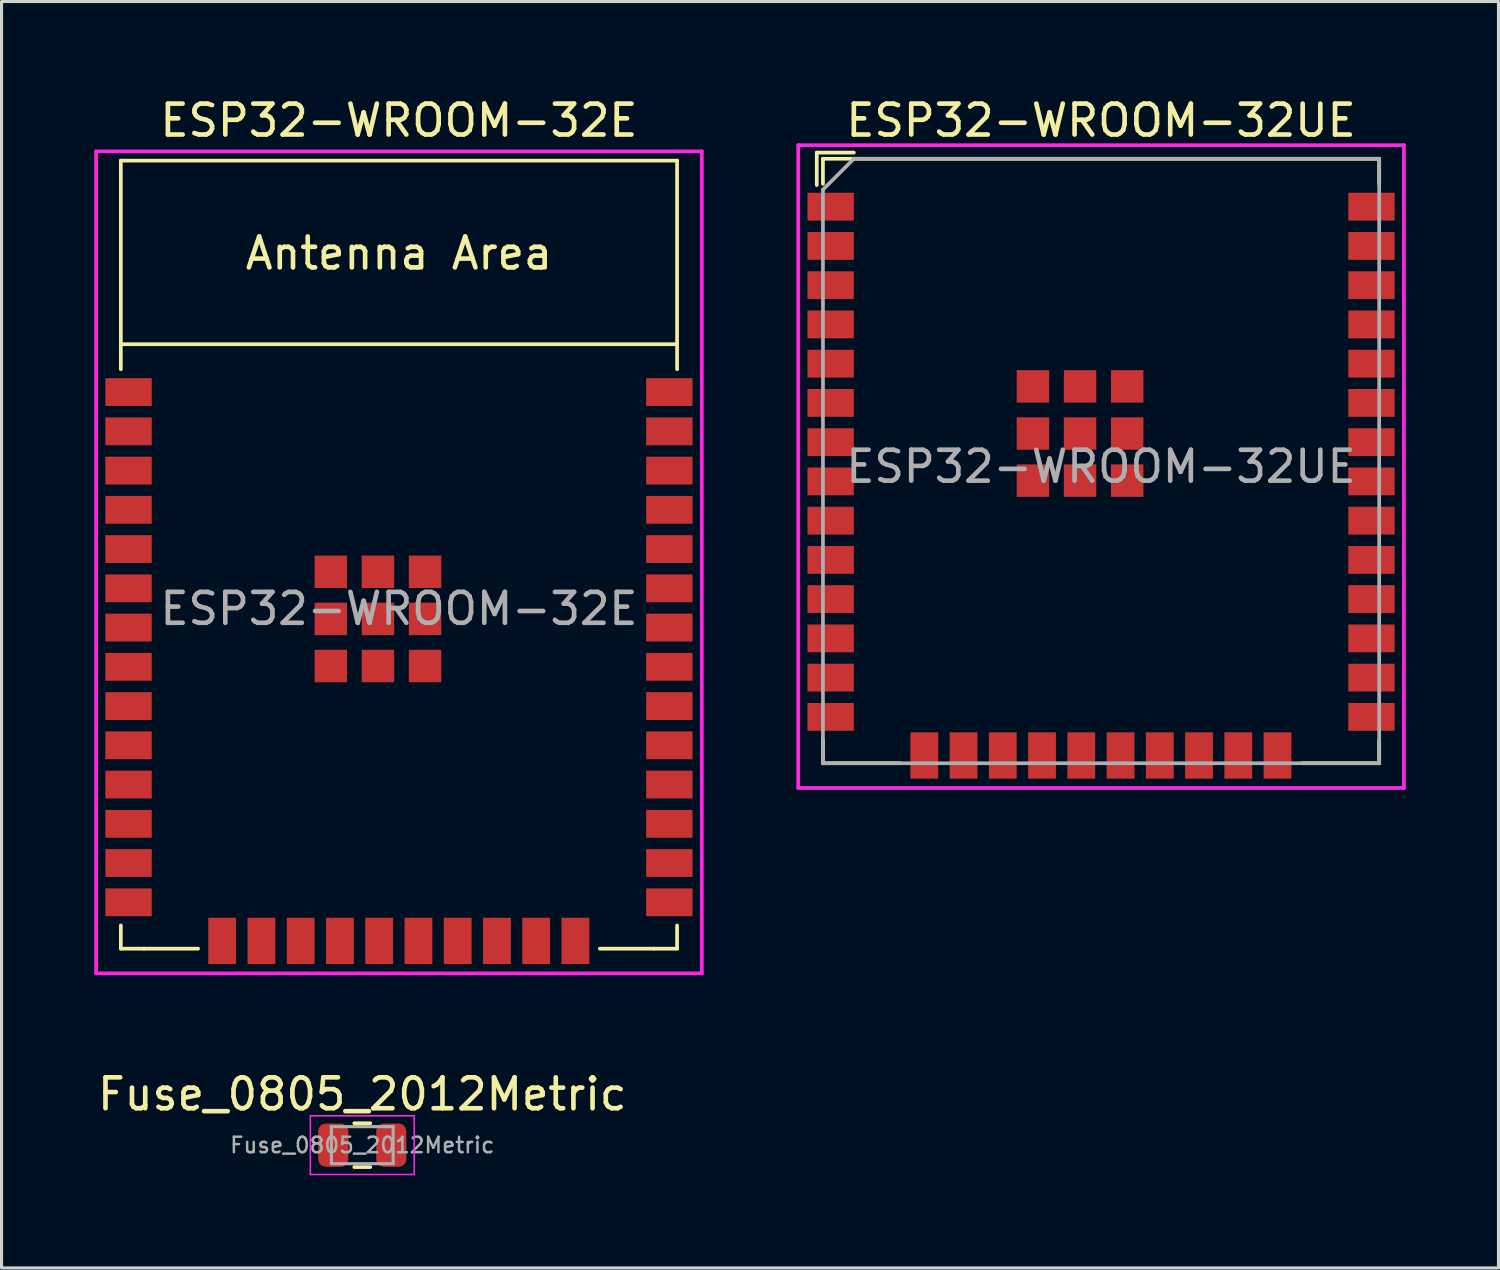
<source format=kicad_pcb>
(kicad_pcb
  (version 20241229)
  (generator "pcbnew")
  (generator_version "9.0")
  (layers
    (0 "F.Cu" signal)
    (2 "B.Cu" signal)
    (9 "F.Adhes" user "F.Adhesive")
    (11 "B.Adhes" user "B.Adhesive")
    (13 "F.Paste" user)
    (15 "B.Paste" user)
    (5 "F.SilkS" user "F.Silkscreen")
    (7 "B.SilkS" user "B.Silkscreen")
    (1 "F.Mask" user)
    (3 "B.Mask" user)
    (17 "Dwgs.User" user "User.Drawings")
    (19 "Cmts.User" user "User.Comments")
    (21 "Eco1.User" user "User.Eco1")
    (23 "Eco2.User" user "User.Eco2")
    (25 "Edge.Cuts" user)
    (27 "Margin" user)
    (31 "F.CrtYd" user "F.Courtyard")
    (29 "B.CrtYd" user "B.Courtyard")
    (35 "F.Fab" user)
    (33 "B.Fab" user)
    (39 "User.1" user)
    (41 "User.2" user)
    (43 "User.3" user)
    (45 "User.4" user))
  (footprint "Fuse_0805_2012Metric"
    (layer "F.Cu")
    (at 8.673 34.007)
    (property "Reference" "Fuse_0805_2012Metric" (at 0 -1.65 0) (layer "F.SilkS") (effects (font (size 1 1) (thickness 0.15))))
    (attr smd)
    (fp_line (start -0.259 -0.71) (end 0.259 -0.71) (stroke (width 0.12) (type solid)) (layer "F.SilkS"))
    (fp_line (start -0.259 0.71) (end 0.259 0.71) (stroke (width 0.12) (type solid)) (layer "F.SilkS"))
    (fp_line (start -1.68 -0.95) (end 1.68 -0.95) (stroke (width 0.05) (type solid)) (layer "F.CrtYd"))
    (fp_line (start -1.68 0.95) (end -1.68 -0.95) (stroke (width 0.05) (type solid)) (layer "F.CrtYd"))
    (fp_line (start 1.68 -0.95) (end 1.68 0.95) (stroke (width 0.05) (type solid)) (layer "F.CrtYd"))
    (fp_line (start 1.68 0.95) (end -1.68 0.95) (stroke (width 0.05) (type solid)) (layer "F.CrtYd"))
    (fp_line (start -1 -0.6) (end 1 -0.6) (stroke (width 0.1) (type solid)) (layer "F.Fab"))
    (fp_line (start -1 0.6) (end -1 -0.6) (stroke (width 0.1) (type solid)) (layer "F.Fab"))
    (fp_line (start 1 -0.6) (end 1 0.6) (stroke (width 0.1) (type solid)) (layer "F.Fab"))
    (fp_line (start 1 0.6) (end -1 0.6) (stroke (width 0.1) (type solid)) (layer "F.Fab"))
    (fp_text user "${REFERENCE}" (at 0 0 0) (layer "F.Fab") (effects (font (size 0.5 0.5) (thickness 0.08))))
    (pad "1" smd roundrect (at -0.938 0) (size 0.975 1.4) (layers "F.Cu" "F.Mask" "F.Paste") (roundrect_rratio 0.25))
    (pad "2" smd roundrect (at 0.938 0) (size 0.975 1.4) (layers "F.Cu" "F.Mask" "F.Paste") (roundrect_rratio 0.25)))
  (footprint "ESP32-WROOM-32UE"
    (layer "F.Cu")
    (at 32.58 12.048)
    (property "Reference" "ESP32-WROOM-32UE" (at 0 -11.2 0) (layer "F.SilkS") (effects (font (size 1 1) (thickness 0.15))))
    (attr smd)
    (fp_line (start -9.2 -10.16) (end -9.2 -9.11) (stroke (width 0.12) (type solid)) (layer "F.SilkS"))
    (fp_line (start -9 -9.96) (end -9 -9.15) (stroke (width 0.12) (type solid)) (layer "F.SilkS"))
    (fp_line (start -9 8.85) (end -9 9.6) (stroke (width 0.12) (type solid)) (layer "F.SilkS"))
    (fp_line (start -9 9.6) (end -6.5 9.6) (stroke (width 0.12) (type solid)) (layer "F.SilkS"))
    (fp_line (start -8 -10.16) (end -9.2 -10.16) (stroke (width 0.12) (type solid)) (layer "F.SilkS"))
    (fp_line (start 6.5 9.6) (end 9 9.6) (stroke (width 0.12) (type solid)) (layer "F.SilkS"))
    (fp_line (start 9 -9.96) (end -9 -9.96) (stroke (width 0.12) (type solid)) (layer "F.SilkS"))
    (fp_line (start 9 -9.96) (end 9 -9.15) (stroke (width 0.12) (type solid)) (layer "F.SilkS"))
    (fp_line (start 9 8.85) (end 9 9.6) (stroke (width 0.12) (type solid)) (layer "F.SilkS"))
    (fp_line (start -9 -9.96) (end 9 -9.96) (stroke (width 0.12) (type solid)) (layer "Eco2.User"))
    (fp_line (start -9 9.6) (end -9 -9.96) (stroke (width 0.12) (type solid)) (layer "Eco2.User"))
    (fp_line (start 9 -9.96) (end 9 9.6) (stroke (width 0.12) (type solid)) (layer "Eco2.User"))
    (fp_line (start 9 9.6) (end -9 9.6) (stroke (width 0.12) (type solid)) (layer "Eco2.User"))
    (fp_line (start -9.8 -10.4) (end -9.8 10.4) (stroke (width 0.12) (type solid)) (layer "F.CrtYd"))
    (fp_line (start -9.8 -10.4) (end 9.8 -10.4) (stroke (width 0.12) (type solid)) (layer "F.CrtYd"))
    (fp_line (start -9.8 10.4) (end 9.8 10.4) (stroke (width 0.12) (type solid)) (layer "F.CrtYd"))
    (fp_line (start 9.8 -10.4) (end 9.8 10.4) (stroke (width 0.12) (type solid)) (layer "F.CrtYd"))
    (fp_line (start -9 9.6) (end -9 -8.96) (stroke (width 0.12) (type solid)) (layer "F.Fab"))
    (fp_line (start -8 -9.96) (end -9 -8.96) (stroke (width 0.12) (type solid)) (layer "F.Fab"))
    (fp_line (start -8 -9.96) (end 9 -9.96) (stroke (width 0.12) (type solid)) (layer "F.Fab"))
    (fp_line (start 9 -9.96) (end 9 9.6) (stroke (width 0.12) (type solid)) (layer "F.Fab"))
    (fp_line (start 9 9.6) (end -9 9.6) (stroke (width 0.12) (type solid)) (layer "F.Fab"))
    (fp_text user "${REFERENCE}" (at 0 0 0) (layer "F.Fab") (effects (font (size 1 1) (thickness 0.15))))
    (pad "1" smd rect (at -8.75 -8.41) (size 1.5 0.9) (layers "F.Cu" "F.Mask" "F.Paste"))
    (pad "2" smd rect (at -8.75 -7.14) (size 1.5 0.9) (layers "F.Cu" "F.Mask" "F.Paste"))
    (pad "3" smd rect (at -8.75 -5.87) (size 1.5 0.9) (layers "F.Cu" "F.Mask" "F.Paste"))
    (pad "4" smd rect (at -8.75 -4.6) (size 1.5 0.9) (layers "F.Cu" "F.Mask" "F.Paste"))
    (pad "5" smd rect (at -8.75 -3.33) (size 1.5 0.9) (layers "F.Cu" "F.Mask" "F.Paste"))
    (pad "6" smd rect (at -8.75 -2.06) (size 1.5 0.9) (layers "F.Cu" "F.Mask" "F.Paste"))
    (pad "7" smd rect (at -8.75 -0.79) (size 1.5 0.9) (layers "F.Cu" "F.Mask" "F.Paste"))
    (pad "8" smd rect (at -8.75 0.48) (size 1.5 0.9) (layers "F.Cu" "F.Mask" "F.Paste"))
    (pad "9" smd rect (at -8.75 1.75) (size 1.5 0.9) (layers "F.Cu" "F.Mask" "F.Paste"))
    (pad "10" smd rect (at -8.75 3.02) (size 1.5 0.9) (layers "F.Cu" "F.Mask" "F.Paste"))
    (pad "11" smd rect (at -8.75 4.29) (size 1.5 0.9) (layers "F.Cu" "F.Mask" "F.Paste"))
    (pad "12" smd rect (at -8.75 5.56) (size 1.5 0.9) (layers "F.Cu" "F.Mask" "F.Paste"))
    (pad "13" smd rect (at -8.75 6.83) (size 1.5 0.9) (layers "F.Cu" "F.Mask" "F.Paste"))
    (pad "14" smd rect (at -8.75 8.1) (size 1.5 0.9) (layers "F.Cu" "F.Mask" "F.Paste"))
    (pad "15" smd rect (at -5.72 9.35 90) (size 1.5 0.9) (layers "F.Cu" "F.Mask" "F.Paste"))
    (pad "16" smd rect (at -4.45 9.35 90) (size 1.5 0.9) (layers "F.Cu" "F.Mask" "F.Paste"))
    (pad "17" smd rect (at -3.18 9.35 90) (size 1.5 0.9) (layers "F.Cu" "F.Mask" "F.Paste"))
    (pad "18" smd rect (at -1.91 9.35 90) (size 1.5 0.9) (layers "F.Cu" "F.Mask" "F.Paste"))
    (pad "19" smd rect (at -0.64 9.35 90) (size 1.5 0.9) (layers "F.Cu" "F.Mask" "F.Paste"))
    (pad "20" smd rect (at 0.63 9.35 90) (size 1.5 0.9) (layers "F.Cu" "F.Mask" "F.Paste"))
    (pad "21" smd rect (at 1.9 9.35 90) (size 1.5 0.9) (layers "F.Cu" "F.Mask" "F.Paste"))
    (pad "22" smd rect (at 3.17 9.35 90) (size 1.5 0.9) (layers "F.Cu" "F.Mask" "F.Paste"))
    (pad "23" smd rect (at 4.44 9.35 90) (size 1.5 0.9) (layers "F.Cu" "F.Mask" "F.Paste"))
    (pad "24" smd rect (at 5.71 9.35 90) (size 1.5 0.9) (layers "F.Cu" "F.Mask" "F.Paste"))
    (pad "25" smd rect (at 8.75 8.1 180) (size 1.5 0.9) (layers "F.Cu" "F.Mask" "F.Paste"))
    (pad "26" smd rect (at 8.75 6.83 180) (size 1.5 0.9) (layers "F.Cu" "F.Mask" "F.Paste"))
    (pad "27" smd rect (at 8.75 5.56 180) (size 1.5 0.9) (layers "F.Cu" "F.Mask" "F.Paste"))
    (pad "28" smd rect (at 8.75 4.29 180) (size 1.5 0.9) (layers "F.Cu" "F.Mask" "F.Paste"))
    (pad "29" smd rect (at 8.75 3.02 180) (size 1.5 0.9) (layers "F.Cu" "F.Mask" "F.Paste"))
    (pad "30" smd rect (at 8.75 1.75 180) (size 1.5 0.9) (layers "F.Cu" "F.Mask" "F.Paste"))
    (pad "31" smd rect (at 8.75 0.48 180) (size 1.5 0.9) (layers "F.Cu" "F.Mask" "F.Paste"))
    (pad "32" smd rect (at 8.75 -0.79 180) (size 1.5 0.9) (layers "F.Cu" "F.Mask" "F.Paste"))
    (pad "33" smd rect (at 8.75 -2.06 180) (size 1.5 0.9) (layers "F.Cu" "F.Mask" "F.Paste"))
    (pad "34" smd rect (at 8.75 -3.33 180) (size 1.5 0.9) (layers "F.Cu" "F.Mask" "F.Paste"))
    (pad "35" smd rect (at 8.75 -4.6 180) (size 1.5 0.9) (layers "F.Cu" "F.Mask" "F.Paste"))
    (pad "36" smd rect (at 8.75 -5.87 180) (size 1.5 0.9) (layers "F.Cu" "F.Mask" "F.Paste"))
    (pad "37" smd rect (at 8.75 -7.14 180) (size 1.5 0.9) (layers "F.Cu" "F.Mask" "F.Paste"))
    (pad "38" smd rect (at 8.75 -8.41 180) (size 1.5 0.9) (layers "F.Cu" "F.Mask" "F.Paste"))
    (pad "39" smd rect (at -2.205 -2.595 180) (size 1.05 1.05) (layers "F.Cu" "F.Mask" "F.Paste"))
    (pad "39" smd rect (at -2.205 -1.07 180) (size 1.05 1.05) (layers "F.Cu" "F.Mask" "F.Paste"))
    (pad "39" smd rect (at -2.205 0.455 180) (size 1.05 1.05) (layers "F.Cu" "F.Mask" "F.Paste"))
    (pad "39" smd rect (at -0.68 -2.595 180) (size 1.05 1.05) (layers "F.Cu" "F.Mask" "F.Paste"))
    (pad "39" smd rect (at -0.68 -1.07 180) (size 1.05 1.05) (layers "F.Cu" "F.Mask" "F.Paste"))
    (pad "39" smd rect (at -0.68 0.455 180) (size 1.05 1.05) (layers "F.Cu" "F.Mask" "F.Paste"))
    (pad "39" smd rect (at 0.845 -2.595 180) (size 1.05 1.05) (layers "F.Cu" "F.Mask" "F.Paste"))
    (pad "39" smd rect (at 0.845 -1.07 180) (size 1.05 1.05) (layers "F.Cu" "F.Mask" "F.Paste"))
    (pad "39" smd rect (at 0.845 0.455 180) (size 1.05 1.05) (layers "F.Cu" "F.Mask" "F.Paste")))
  (footprint "ESP32-WROOM-32E"
    (layer "F.Cu")
    (at 9.86 16.648)
    (property "Reference" "ESP32-WROOM-32E" (at 0 -15.8 0) (layer "F.SilkS") (effects (font (size 1 1) (thickness 0.15))))
    (attr smd)
    (fp_line (start -9 -14.5) (end -9 -7.75) (stroke (width 0.12) (type solid)) (layer "F.SilkS"))
    (fp_line (start -9 -14.5) (end 9 -14.5) (stroke (width 0.12) (type solid)) (layer "F.SilkS"))
    (fp_line (start -9 10.25) (end -9 11) (stroke (width 0.12) (type solid)) (layer "F.SilkS"))
    (fp_line (start -9 11) (end -8.25 11) (stroke (width 0.12) (type solid)) (layer "F.SilkS"))
    (fp_line (start -8.25 11) (end -6.5 11) (stroke (width 0.12) (type solid)) (layer "F.SilkS"))
    (fp_line (start 8.25 11) (end 6.5 11) (stroke (width 0.12) (type solid)) (layer "F.SilkS"))
    (fp_line (start 9 -14.5) (end 9 -7.75) (stroke (width 0.12) (type solid)) (layer "F.SilkS"))
    (fp_line (start 9 -8.56) (end -9 -8.56) (stroke (width 0.12) (type solid)) (layer "F.SilkS"))
    (fp_line (start 9 10.25) (end 9 11) (stroke (width 0.12) (type solid)) (layer "F.SilkS"))
    (fp_line (start 9 11) (end 8.25 11) (stroke (width 0.12) (type solid)) (layer "F.SilkS"))
    (fp_line (start -9 -14.5) (end 9 -14.5) (stroke (width 0.12) (type solid)) (layer "Eco2.User"))
    (fp_line (start -9 -8.56) (end 9 -8.56) (stroke (width 0.12) (type solid)) (layer "Eco2.User"))
    (fp_line (start -9 11) (end -9 -14.5) (stroke (width 0.12) (type solid)) (layer "Eco2.User"))
    (fp_line (start 9 -14.5) (end 9 11) (stroke (width 0.12) (type solid)) (layer "Eco2.User"))
    (fp_line (start 9 11) (end -9 11) (stroke (width 0.12) (type solid)) (layer "Eco2.User"))
    (fp_line (start -9.8 -14.8) (end -9.8 11.8) (stroke (width 0.12) (type solid)) (layer "F.CrtYd"))
    (fp_line (start -9.8 11.8) (end 9.8 11.8) (stroke (width 0.12) (type solid)) (layer "F.CrtYd"))
    (fp_line (start 9.8 -14.8) (end -9.8 -14.8) (stroke (width 0.12) (type solid)) (layer "F.CrtYd"))
    (fp_line (start 9.8 -14.8) (end 9.8 11.8) (stroke (width 0.12) (type solid)) (layer "F.CrtYd"))
    (fp_text user "Antenna Area" (at 0 -11.5 0) (layer "F.SilkS") (effects (font (size 1 1) (thickness 0.15))))
    (fp_text user "Antenna Area" (at 0 -11.5 0) (layer "Eco2.User") (effects (font (size 1 1) (thickness 0.15))))
    (fp_text user "${REFERENCE}" (at 0 0 0) (layer "F.Fab") (effects (font (size 1 1) (thickness 0.15))))
    (pad "1" smd rect (at -8.75 -7.01) (size 1.5 0.9) (layers "F.Cu" "F.Mask" "F.Paste"))
    (pad "2" smd rect (at -8.75 -5.74) (size 1.5 0.9) (layers "F.Cu" "F.Mask" "F.Paste"))
    (pad "3" smd rect (at -8.75 -4.47) (size 1.5 0.9) (layers "F.Cu" "F.Mask" "F.Paste"))
    (pad "4" smd rect (at -8.75 -3.2) (size 1.5 0.9) (layers "F.Cu" "F.Mask" "F.Paste"))
    (pad "5" smd rect (at -8.75 -1.93) (size 1.5 0.9) (layers "F.Cu" "F.Mask" "F.Paste"))
    (pad "6" smd rect (at -8.75 -0.66) (size 1.5 0.9) (layers "F.Cu" "F.Mask" "F.Paste"))
    (pad "7" smd rect (at -8.75 0.61) (size 1.5 0.9) (layers "F.Cu" "F.Mask" "F.Paste"))
    (pad "8" smd rect (at -8.75 1.88) (size 1.5 0.9) (layers "F.Cu" "F.Mask" "F.Paste"))
    (pad "9" smd rect (at -8.75 3.15) (size 1.5 0.9) (layers "F.Cu" "F.Mask" "F.Paste"))
    (pad "10" smd rect (at -8.75 4.42) (size 1.5 0.9) (layers "F.Cu" "F.Mask" "F.Paste"))
    (pad "11" smd rect (at -8.75 5.69) (size 1.5 0.9) (layers "F.Cu" "F.Mask" "F.Paste"))
    (pad "12" smd rect (at -8.75 6.96) (size 1.5 0.9) (layers "F.Cu" "F.Mask" "F.Paste"))
    (pad "13" smd rect (at -8.75 8.23) (size 1.5 0.9) (layers "F.Cu" "F.Mask" "F.Paste"))
    (pad "14" smd rect (at -8.75 9.5) (size 1.5 0.9) (layers "F.Cu" "F.Mask" "F.Paste"))
    (pad "15" smd rect (at -5.72 10.75 90) (size 1.5 0.9) (layers "F.Cu" "F.Mask" "F.Paste"))
    (pad "16" smd rect (at -4.45 10.75 90) (size 1.5 0.9) (layers "F.Cu" "F.Mask" "F.Paste"))
    (pad "17" smd rect (at -3.18 10.75 90) (size 1.5 0.9) (layers "F.Cu" "F.Mask" "F.Paste"))
    (pad "18" smd rect (at -1.91 10.75 90) (size 1.5 0.9) (layers "F.Cu" "F.Mask" "F.Paste"))
    (pad "19" smd rect (at -0.64 10.75 90) (size 1.5 0.9) (layers "F.Cu" "F.Mask" "F.Paste"))
    (pad "20" smd rect (at 0.63 10.75 90) (size 1.5 0.9) (layers "F.Cu" "F.Mask" "F.Paste"))
    (pad "21" smd rect (at 1.9 10.75 90) (size 1.5 0.9) (layers "F.Cu" "F.Mask" "F.Paste"))
    (pad "22" smd rect (at 3.17 10.75 90) (size 1.5 0.9) (layers "F.Cu" "F.Mask" "F.Paste"))
    (pad "23" smd rect (at 4.44 10.75 90) (size 1.5 0.9) (layers "F.Cu" "F.Mask" "F.Paste"))
    (pad "24" smd rect (at 5.71 10.75 90) (size 1.5 0.9) (layers "F.Cu" "F.Mask" "F.Paste"))
    (pad "25" smd rect (at 8.75 9.5 180) (size 1.5 0.9) (layers "F.Cu" "F.Mask" "F.Paste"))
    (pad "26" smd rect (at 8.75 8.23 180) (size 1.5 0.9) (layers "F.Cu" "F.Mask" "F.Paste"))
    (pad "27" smd rect (at 8.75 6.96 180) (size 1.5 0.9) (layers "F.Cu" "F.Mask" "F.Paste"))
    (pad "28" smd rect (at 8.75 5.69 180) (size 1.5 0.9) (layers "F.Cu" "F.Mask" "F.Paste"))
    (pad "29" smd rect (at 8.75 4.42 180) (size 1.5 0.9) (layers "F.Cu" "F.Mask" "F.Paste"))
    (pad "30" smd rect (at 8.75 3.15 180) (size 1.5 0.9) (layers "F.Cu" "F.Mask" "F.Paste"))
    (pad "31" smd rect (at 8.75 1.88 180) (size 1.5 0.9) (layers "F.Cu" "F.Mask" "F.Paste"))
    (pad "32" smd rect (at 8.75 0.61 180) (size 1.5 0.9) (layers "F.Cu" "F.Mask" "F.Paste"))
    (pad "33" smd rect (at 8.75 -0.66 180) (size 1.5 0.9) (layers "F.Cu" "F.Mask" "F.Paste"))
    (pad "34" smd rect (at 8.75 -1.93 180) (size 1.5 0.9) (layers "F.Cu" "F.Mask" "F.Paste"))
    (pad "35" smd rect (at 8.75 -3.2 180) (size 1.5 0.9) (layers "F.Cu" "F.Mask" "F.Paste"))
    (pad "36" smd rect (at 8.75 -4.47 180) (size 1.5 0.9) (layers "F.Cu" "F.Mask" "F.Paste"))
    (pad "37" smd rect (at 8.75 -5.74 180) (size 1.5 0.9) (layers "F.Cu" "F.Mask" "F.Paste"))
    (pad "38" smd rect (at 8.75 -7.01 180) (size 1.5 0.9) (layers "F.Cu" "F.Mask" "F.Paste"))
    (pad "39" smd rect (at -2.205 -1.195 180) (size 1.05 1.05) (layers "F.Cu" "F.Mask" "F.Paste"))
    (pad "39" smd rect (at -2.205 0.33 180) (size 1.05 1.05) (layers "F.Cu" "F.Mask" "F.Paste"))
    (pad "39" smd rect (at -2.205 1.855 180) (size 1.05 1.05) (layers "F.Cu" "F.Mask" "F.Paste"))
    (pad "39" smd rect (at -0.68 -1.195 180) (size 1.05 1.05) (layers "F.Cu" "F.Mask" "F.Paste"))
    (pad "39" smd rect (at -0.68 0.33 180) (size 1.05 1.05) (layers "F.Cu" "F.Mask" "F.Paste"))
    (pad "39" smd rect (at -0.68 1.855 180) (size 1.05 1.05) (layers "F.Cu" "F.Mask" "F.Paste"))
    (pad "39" smd rect (at 0.845 -1.195 180) (size 1.05 1.05) (layers "F.Cu" "F.Mask" "F.Paste"))
    (pad "39" smd rect (at 0.845 0.33 180) (size 1.05 1.05) (layers "F.Cu" "F.Mask" "F.Paste"))
    (pad "39" smd rect (at 0.845 1.855 180) (size 1.05 1.05) (layers "F.Cu" "F.Mask" "F.Paste")))
  (gr_rect
    (start -3 -3)
    (end 45.44 37.981)
    (stroke (width 0.1) (type default))
    (fill no)
    (layer "Edge.Cuts")))
</source>
